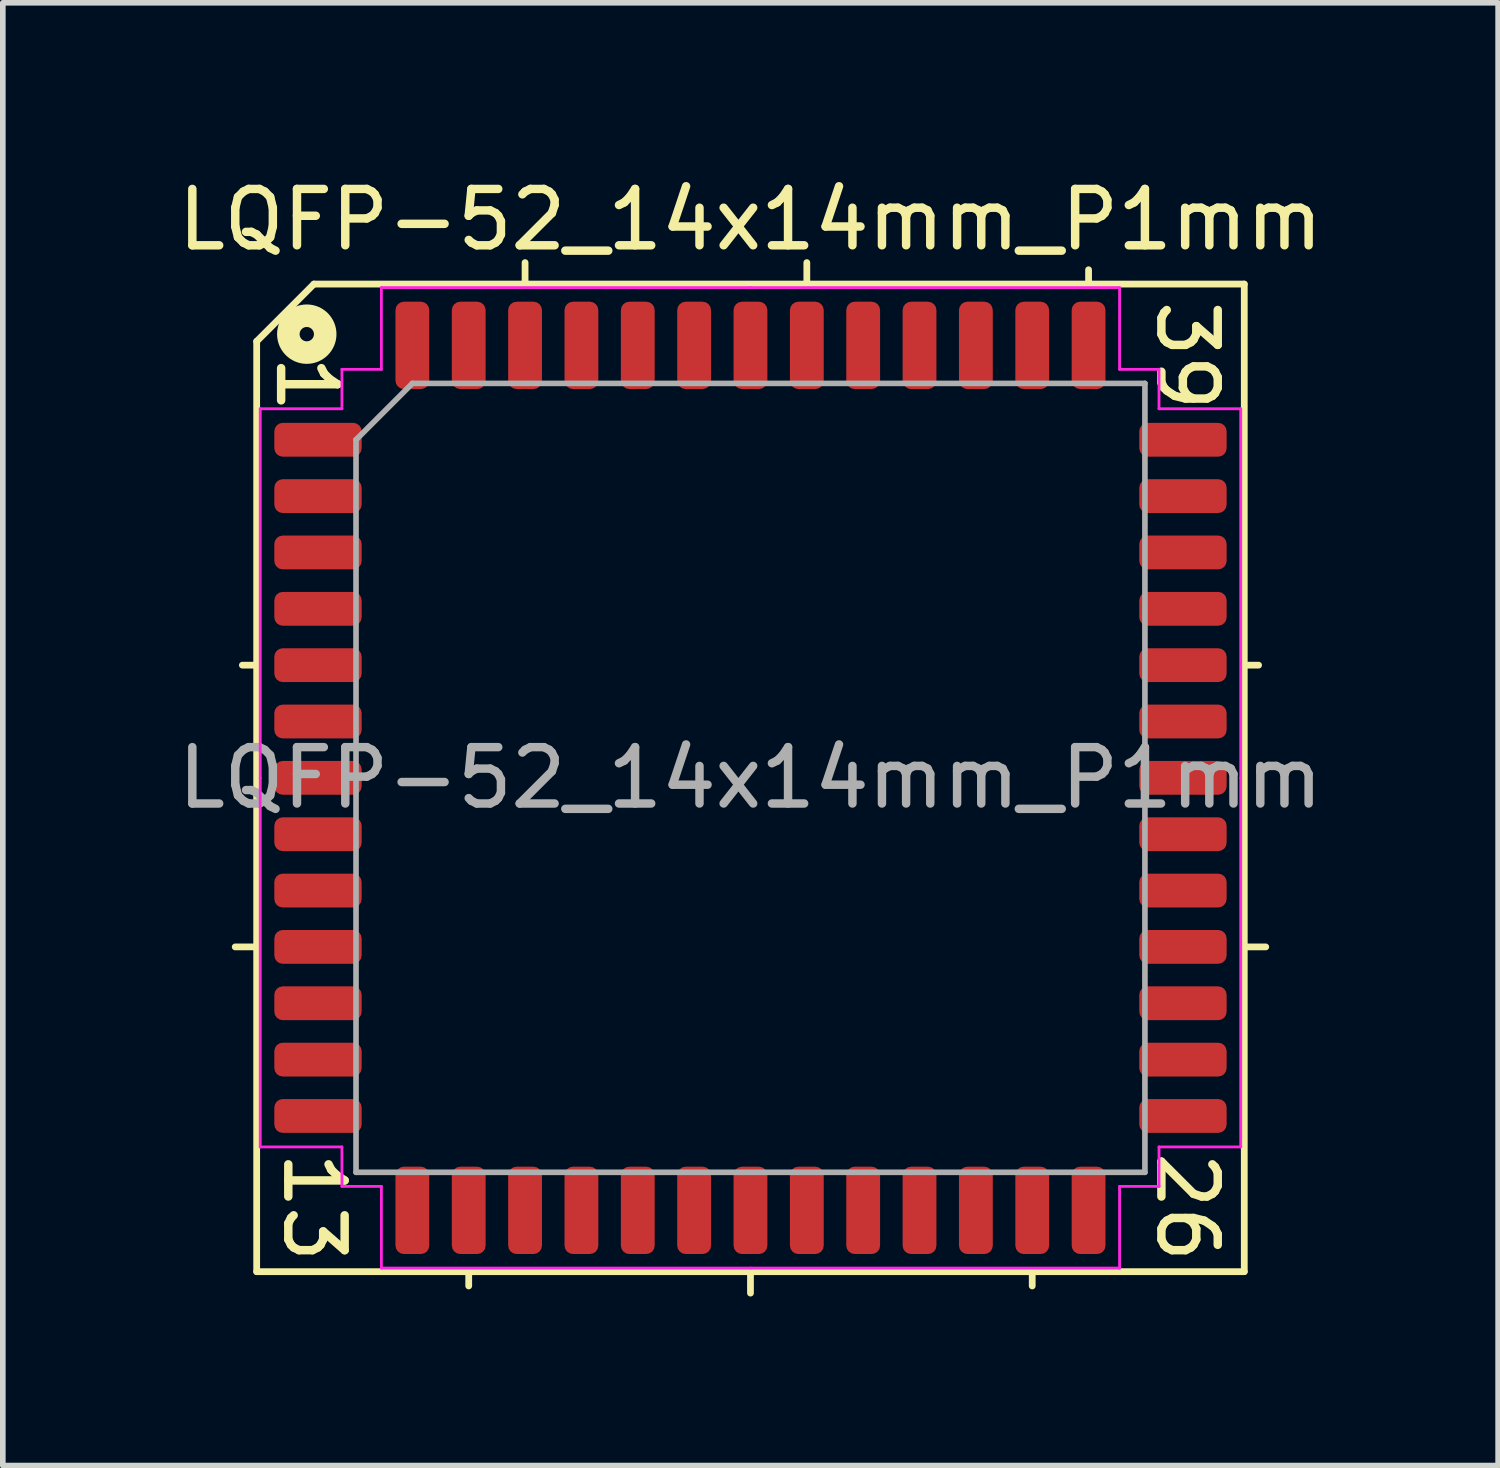
<source format=kicad_pcb>
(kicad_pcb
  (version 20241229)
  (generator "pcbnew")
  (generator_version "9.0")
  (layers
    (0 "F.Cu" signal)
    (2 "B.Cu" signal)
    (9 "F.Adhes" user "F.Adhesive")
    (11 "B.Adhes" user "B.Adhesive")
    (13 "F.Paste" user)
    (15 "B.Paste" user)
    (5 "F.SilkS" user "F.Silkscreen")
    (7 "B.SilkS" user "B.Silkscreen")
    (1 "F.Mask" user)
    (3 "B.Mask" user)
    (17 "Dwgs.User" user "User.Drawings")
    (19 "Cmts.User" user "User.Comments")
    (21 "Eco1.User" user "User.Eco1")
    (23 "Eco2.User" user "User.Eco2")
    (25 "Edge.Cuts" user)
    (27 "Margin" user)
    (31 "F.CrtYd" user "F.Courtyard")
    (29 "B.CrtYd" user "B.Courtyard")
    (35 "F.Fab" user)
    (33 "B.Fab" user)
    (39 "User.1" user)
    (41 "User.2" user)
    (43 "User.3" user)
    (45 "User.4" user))
  (footprint "LQFP-52_14x14mm_P1mm"
    (layer "F.Cu")
    (at 10.268 10.754)
    (property "Reference" "LQFP-52_14x14mm_P1mm" (at 0 -9.906 0) (layer "F.SilkS") (effects (font (size 1 1) (thickness 0.15))))
    (attr smd)
    (fp_line (start -8.763 -7.747) (end -8.763 8.763) (stroke (width 0.12) (type solid)) (layer "F.SilkS"))
    (fp_line (start -8.763 -2) (end -9.017 -2) (stroke (width 0.12) (type solid)) (layer "F.SilkS"))
    (fp_line (start -8.763 3) (end -9.144 3) (stroke (width 0.12) (type solid)) (layer "F.SilkS"))
    (fp_line (start -8.763 8.763) (end 8.763 8.763) (stroke (width 0.12) (type solid)) (layer "F.SilkS"))
    (fp_line (start -7.747 -8.763) (end -8.763 -7.747) (stroke (width 0.12) (type solid)) (layer "F.SilkS"))
    (fp_line (start -5 8.763) (end -5 9.017) (stroke (width 0.12) (type solid)) (layer "F.SilkS"))
    (fp_line (start -4 -8.763) (end -4 -9.144) (stroke (width 0.12) (type solid)) (layer "F.SilkS"))
    (fp_line (start 0 8.763) (end 0 9.144) (stroke (width 0.12) (type solid)) (layer "F.SilkS"))
    (fp_line (start 1 -9.144) (end 1 -8.763) (stroke (width 0.12) (type solid)) (layer "F.SilkS"))
    (fp_line (start 5 8.763) (end 5 9.017) (stroke (width 0.12) (type solid)) (layer "F.SilkS"))
    (fp_line (start 6 -8.763) (end 6 -9.017) (stroke (width 0.12) (type solid)) (layer "F.SilkS"))
    (fp_line (start 8.763 -8.763) (end -7.747 -8.763) (stroke (width 0.12) (type solid)) (layer "F.SilkS"))
    (fp_line (start 8.763 -2) (end 9.017 -2) (stroke (width 0.12) (type solid)) (layer "F.SilkS"))
    (fp_line (start 8.763 3) (end 9.144 3) (stroke (width 0.12) (type solid)) (layer "F.SilkS"))
    (fp_line (start 8.763 8.763) (end 8.763 -8.763) (stroke (width 0.12) (type solid)) (layer "F.SilkS"))
    (fp_circle (center -7.874 -7.874) (end -7.747 -7.874) (stroke (width 0.4) (type solid)) (fill no) (layer "F.SilkS"))
    (fp_line (start -8.7 -6.55) (end -8.7 0) (stroke (width 0.05) (type solid)) (layer "F.CrtYd"))
    (fp_line (start -8.7 6.55) (end -8.7 0) (stroke (width 0.05) (type solid)) (layer "F.CrtYd"))
    (fp_line (start -7.25 -7.25) (end -7.25 -6.55) (stroke (width 0.05) (type solid)) (layer "F.CrtYd"))
    (fp_line (start -7.25 -6.55) (end -8.7 -6.55) (stroke (width 0.05) (type solid)) (layer "F.CrtYd"))
    (fp_line (start -7.25 6.55) (end -8.7 6.55) (stroke (width 0.05) (type solid)) (layer "F.CrtYd"))
    (fp_line (start -7.25 7.25) (end -7.25 6.55) (stroke (width 0.05) (type solid)) (layer "F.CrtYd"))
    (fp_line (start -6.55 -8.7) (end -6.55 -7.25) (stroke (width 0.05) (type solid)) (layer "F.CrtYd"))
    (fp_line (start -6.55 -7.25) (end -7.25 -7.25) (stroke (width 0.05) (type solid)) (layer "F.CrtYd"))
    (fp_line (start -6.55 7.25) (end -7.25 7.25) (stroke (width 0.05) (type solid)) (layer "F.CrtYd"))
    (fp_line (start -6.55 8.7) (end -6.55 7.25) (stroke (width 0.05) (type solid)) (layer "F.CrtYd"))
    (fp_line (start 0 -8.7) (end -6.55 -8.7) (stroke (width 0.05) (type solid)) (layer "F.CrtYd"))
    (fp_line (start 0 -8.7) (end 6.55 -8.7) (stroke (width 0.05) (type solid)) (layer "F.CrtYd"))
    (fp_line (start 0 8.7) (end -6.55 8.7) (stroke (width 0.05) (type solid)) (layer "F.CrtYd"))
    (fp_line (start 0 8.7) (end 6.55 8.7) (stroke (width 0.05) (type solid)) (layer "F.CrtYd"))
    (fp_line (start 6.55 -8.7) (end 6.55 -7.25) (stroke (width 0.05) (type solid)) (layer "F.CrtYd"))
    (fp_line (start 6.55 -7.25) (end 7.25 -7.25) (stroke (width 0.05) (type solid)) (layer "F.CrtYd"))
    (fp_line (start 6.55 7.25) (end 7.25 7.25) (stroke (width 0.05) (type solid)) (layer "F.CrtYd"))
    (fp_line (start 6.55 8.7) (end 6.55 7.25) (stroke (width 0.05) (type solid)) (layer "F.CrtYd"))
    (fp_line (start 7.25 -7.25) (end 7.25 -6.55) (stroke (width 0.05) (type solid)) (layer "F.CrtYd"))
    (fp_line (start 7.25 -6.55) (end 8.7 -6.55) (stroke (width 0.05) (type solid)) (layer "F.CrtYd"))
    (fp_line (start 7.25 6.55) (end 8.7 6.55) (stroke (width 0.05) (type solid)) (layer "F.CrtYd"))
    (fp_line (start 7.25 7.25) (end 7.25 6.55) (stroke (width 0.05) (type solid)) (layer "F.CrtYd"))
    (fp_line (start 8.7 -6.55) (end 8.7 0) (stroke (width 0.05) (type solid)) (layer "F.CrtYd"))
    (fp_line (start 8.7 6.55) (end 8.7 0) (stroke (width 0.05) (type solid)) (layer "F.CrtYd"))
    (fp_line (start -7 -6) (end -6 -7) (stroke (width 0.1) (type solid)) (layer "F.Fab"))
    (fp_line (start -7 7) (end -7 -6) (stroke (width 0.1) (type solid)) (layer "F.Fab"))
    (fp_line (start -6 -7) (end 7 -7) (stroke (width 0.1) (type solid)) (layer "F.Fab"))
    (fp_line (start 7 -7) (end 7 7) (stroke (width 0.1) (type solid)) (layer "F.Fab"))
    (fp_line (start 7 7) (end -7 7) (stroke (width 0.1) (type solid)) (layer "F.Fab"))
    (fp_text user "1" (at -7.874 -6.985 270) (unlocked yes) (layer "F.SilkS") (effects (font (size 1 1) (thickness 0.15))))
    (fp_text user "13" (at -7.747 7.62 270) (unlocked yes) (layer "F.SilkS") (effects (font (size 1 1) (thickness 0.15))))
    (fp_text user "39" (at 7.747 -7.493 270) (unlocked yes) (layer "F.SilkS") (effects (font (size 1 1) (thickness 0.15))))
    (fp_text user "26" (at 7.747 7.62 270) (unlocked yes) (layer "F.SilkS") (effects (font (size 1 1) (thickness 0.15))))
    (fp_text user "${REFERENCE}" (at 0 0 0) (layer "F.Fab") (effects (font (size 1 1) (thickness 0.15))))
    (pad "1" smd roundrect (at -7.675 -6) (size 1.55 0.6) (layers "F.Cu" "F.Mask" "F.Paste") (roundrect_rratio 0.25))
    (pad "2" smd roundrect (at -7.675 -5) (size 1.55 0.6) (layers "F.Cu" "F.Mask" "F.Paste") (roundrect_rratio 0.25))
    (pad "3" smd roundrect (at -7.675 -4) (size 1.55 0.6) (layers "F.Cu" "F.Mask" "F.Paste") (roundrect_rratio 0.25))
    (pad "4" smd roundrect (at -7.675 -3) (size 1.55 0.6) (layers "F.Cu" "F.Mask" "F.Paste") (roundrect_rratio 0.25))
    (pad "5" smd roundrect (at -7.675 -2) (size 1.55 0.6) (layers "F.Cu" "F.Mask" "F.Paste") (roundrect_rratio 0.25))
    (pad "6" smd roundrect (at -7.675 -1) (size 1.55 0.6) (layers "F.Cu" "F.Mask" "F.Paste") (roundrect_rratio 0.25))
    (pad "7" smd roundrect (at -7.675 0) (size 1.55 0.6) (layers "F.Cu" "F.Mask" "F.Paste") (roundrect_rratio 0.25))
    (pad "8" smd roundrect (at -7.675 1) (size 1.55 0.6) (layers "F.Cu" "F.Mask" "F.Paste") (roundrect_rratio 0.25))
    (pad "9" smd roundrect (at -7.675 2) (size 1.55 0.6) (layers "F.Cu" "F.Mask" "F.Paste") (roundrect_rratio 0.25))
    (pad "10" smd roundrect (at -7.675 3) (size 1.55 0.6) (layers "F.Cu" "F.Mask" "F.Paste") (roundrect_rratio 0.25))
    (pad "11" smd roundrect (at -7.675 4) (size 1.55 0.6) (layers "F.Cu" "F.Mask" "F.Paste") (roundrect_rratio 0.25))
    (pad "12" smd roundrect (at -7.675 5) (size 1.55 0.6) (layers "F.Cu" "F.Mask" "F.Paste") (roundrect_rratio 0.25))
    (pad "13" smd roundrect (at -7.675 6) (size 1.55 0.6) (layers "F.Cu" "F.Mask" "F.Paste") (roundrect_rratio 0.25))
    (pad "14" smd roundrect (at -6 7.675) (size 0.6 1.55) (layers "F.Cu" "F.Mask" "F.Paste") (roundrect_rratio 0.25))
    (pad "15" smd roundrect (at -5 7.675) (size 0.6 1.55) (layers "F.Cu" "F.Mask" "F.Paste") (roundrect_rratio 0.25))
    (pad "16" smd roundrect (at -4 7.675) (size 0.6 1.55) (layers "F.Cu" "F.Mask" "F.Paste") (roundrect_rratio 0.25))
    (pad "17" smd roundrect (at -3 7.675) (size 0.6 1.55) (layers "F.Cu" "F.Mask" "F.Paste") (roundrect_rratio 0.25))
    (pad "18" smd roundrect (at -2 7.675) (size 0.6 1.55) (layers "F.Cu" "F.Mask" "F.Paste") (roundrect_rratio 0.25))
    (pad "19" smd roundrect (at -1 7.675) (size 0.6 1.55) (layers "F.Cu" "F.Mask" "F.Paste") (roundrect_rratio 0.25))
    (pad "20" smd roundrect (at 0 7.675) (size 0.6 1.55) (layers "F.Cu" "F.Mask" "F.Paste") (roundrect_rratio 0.25))
    (pad "21" smd roundrect (at 1 7.675) (size 0.6 1.55) (layers "F.Cu" "F.Mask" "F.Paste") (roundrect_rratio 0.25))
    (pad "22" smd roundrect (at 2 7.675) (size 0.6 1.55) (layers "F.Cu" "F.Mask" "F.Paste") (roundrect_rratio 0.25))
    (pad "23" smd roundrect (at 3 7.675) (size 0.6 1.55) (layers "F.Cu" "F.Mask" "F.Paste") (roundrect_rratio 0.25))
    (pad "24" smd roundrect (at 4 7.675) (size 0.6 1.55) (layers "F.Cu" "F.Mask" "F.Paste") (roundrect_rratio 0.25))
    (pad "25" smd roundrect (at 5 7.675) (size 0.6 1.55) (layers "F.Cu" "F.Mask" "F.Paste") (roundrect_rratio 0.25))
    (pad "26" smd roundrect (at 6 7.675) (size 0.6 1.55) (layers "F.Cu" "F.Mask" "F.Paste") (roundrect_rratio 0.25))
    (pad "27" smd roundrect (at 7.675 6) (size 1.55 0.6) (layers "F.Cu" "F.Mask" "F.Paste") (roundrect_rratio 0.25))
    (pad "28" smd roundrect (at 7.675 5) (size 1.55 0.6) (layers "F.Cu" "F.Mask" "F.Paste") (roundrect_rratio 0.25))
    (pad "29" smd roundrect (at 7.675 4) (size 1.55 0.6) (layers "F.Cu" "F.Mask" "F.Paste") (roundrect_rratio 0.25))
    (pad "30" smd roundrect (at 7.675 3) (size 1.55 0.6) (layers "F.Cu" "F.Mask" "F.Paste") (roundrect_rratio 0.25))
    (pad "31" smd roundrect (at 7.675 2) (size 1.55 0.6) (layers "F.Cu" "F.Mask" "F.Paste") (roundrect_rratio 0.25))
    (pad "32" smd roundrect (at 7.675 1) (size 1.55 0.6) (layers "F.Cu" "F.Mask" "F.Paste") (roundrect_rratio 0.25))
    (pad "33" smd roundrect (at 7.675 0) (size 1.55 0.6) (layers "F.Cu" "F.Mask" "F.Paste") (roundrect_rratio 0.25))
    (pad "34" smd roundrect (at 7.675 -1) (size 1.55 0.6) (layers "F.Cu" "F.Mask" "F.Paste") (roundrect_rratio 0.25))
    (pad "35" smd roundrect (at 7.675 -2) (size 1.55 0.6) (layers "F.Cu" "F.Mask" "F.Paste") (roundrect_rratio 0.25))
    (pad "36" smd roundrect (at 7.675 -3) (size 1.55 0.6) (layers "F.Cu" "F.Mask" "F.Paste") (roundrect_rratio 0.25))
    (pad "37" smd roundrect (at 7.675 -4) (size 1.55 0.6) (layers "F.Cu" "F.Mask" "F.Paste") (roundrect_rratio 0.25))
    (pad "38" smd roundrect (at 7.675 -5) (size 1.55 0.6) (layers "F.Cu" "F.Mask" "F.Paste") (roundrect_rratio 0.25))
    (pad "39" smd roundrect (at 7.675 -6) (size 1.55 0.6) (layers "F.Cu" "F.Mask" "F.Paste") (roundrect_rratio 0.25))
    (pad "40" smd roundrect (at 6 -7.675) (size 0.6 1.55) (layers "F.Cu" "F.Mask" "F.Paste") (roundrect_rratio 0.25))
    (pad "41" smd roundrect (at 5 -7.675) (size 0.6 1.55) (layers "F.Cu" "F.Mask" "F.Paste") (roundrect_rratio 0.25))
    (pad "42" smd roundrect (at 4 -7.675) (size 0.6 1.55) (layers "F.Cu" "F.Mask" "F.Paste") (roundrect_rratio 0.25))
    (pad "43" smd roundrect (at 3 -7.675) (size 0.6 1.55) (layers "F.Cu" "F.Mask" "F.Paste") (roundrect_rratio 0.25))
    (pad "44" smd roundrect (at 2 -7.675) (size 0.6 1.55) (layers "F.Cu" "F.Mask" "F.Paste") (roundrect_rratio 0.25))
    (pad "45" smd roundrect (at 1 -7.675) (size 0.6 1.55) (layers "F.Cu" "F.Mask" "F.Paste") (roundrect_rratio 0.25))
    (pad "46" smd roundrect (at 0 -7.675) (size 0.6 1.55) (layers "F.Cu" "F.Mask" "F.Paste") (roundrect_rratio 0.25))
    (pad "47" smd roundrect (at -1 -7.675) (size 0.6 1.55) (layers "F.Cu" "F.Mask" "F.Paste") (roundrect_rratio 0.25))
    (pad "48" smd roundrect (at -2 -7.675) (size 0.6 1.55) (layers "F.Cu" "F.Mask" "F.Paste") (roundrect_rratio 0.25))
    (pad "49" smd roundrect (at -3 -7.675) (size 0.6 1.55) (layers "F.Cu" "F.Mask" "F.Paste") (roundrect_rratio 0.25))
    (pad "50" smd roundrect (at -4 -7.675) (size 0.6 1.55) (layers "F.Cu" "F.Mask" "F.Paste") (roundrect_rratio 0.25))
    (pad "51" smd roundrect (at -5 -7.675) (size 0.6 1.55) (layers "F.Cu" "F.Mask" "F.Paste") (roundrect_rratio 0.25))
    (pad "52" smd roundrect (at -6 -7.675) (size 0.6 1.55) (layers "F.Cu" "F.Mask" "F.Paste") (roundrect_rratio 0.25)))
  (gr_rect
    (start -3 -3)
    (end 23.536 22.958)
    (stroke (width 0.1) (type default))
    (fill no)
    (layer "Edge.Cuts")))
</source>
